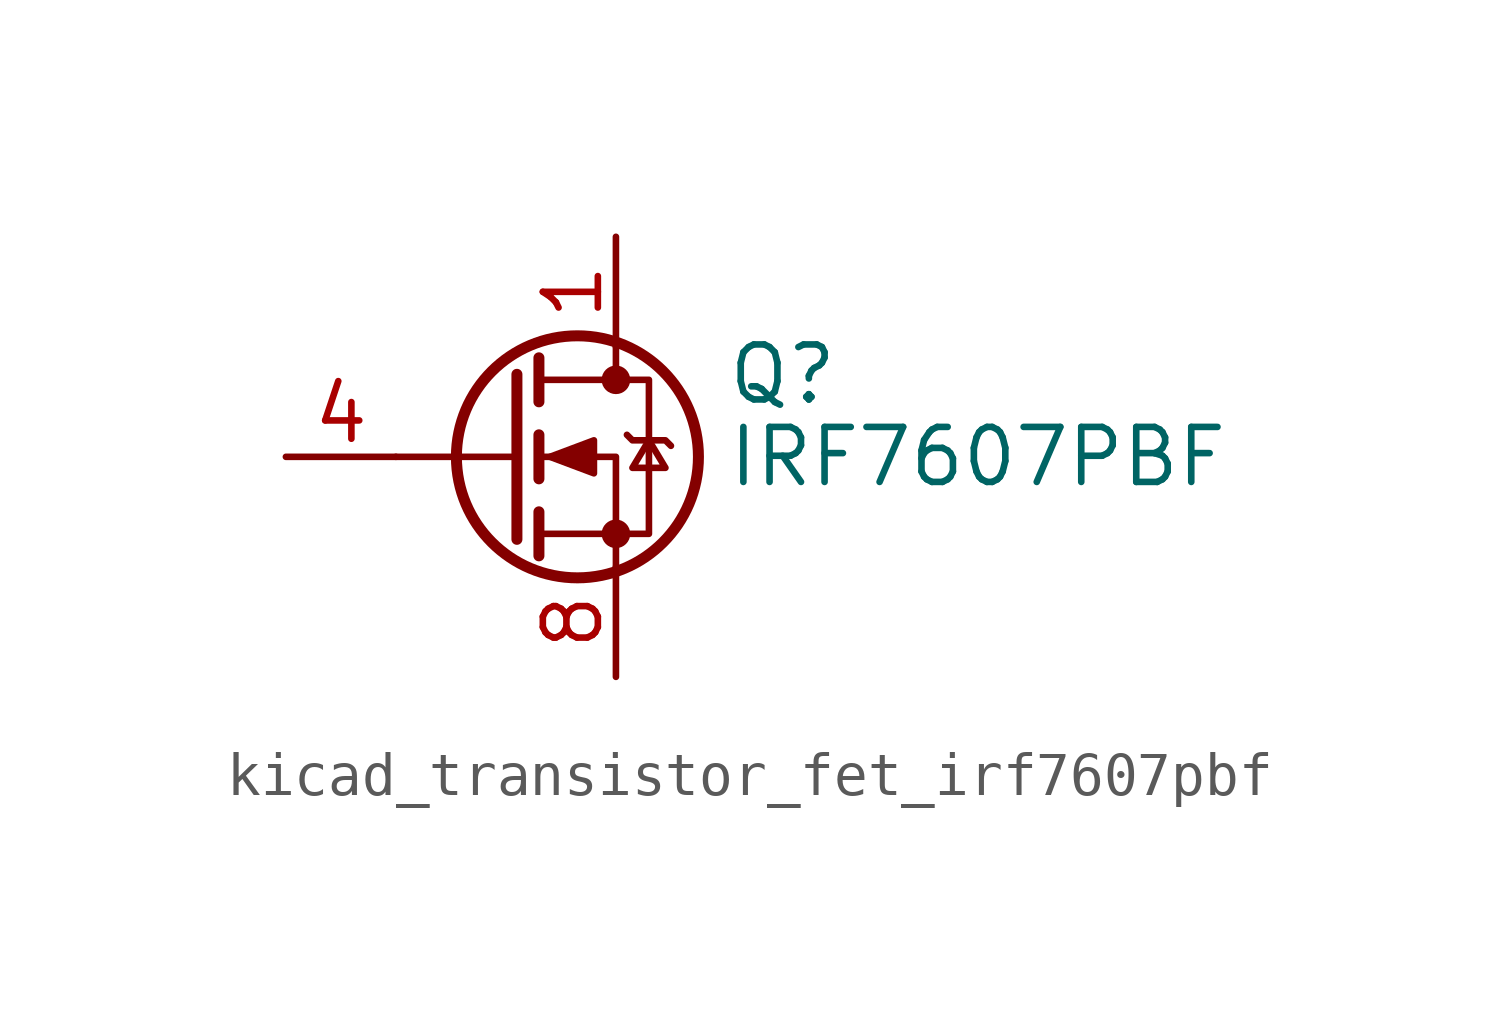
<source format=kicad_sym>
(kicad_symbol_lib
  (version 20220914)
  (generator kicad_symbol_editor)
  (symbol "kicad_transistor_fet_irf7607pbf"
    (pin_names hide)
    (property "Reference" "Q"
      (at 5.08 1.905 0)
      (effects (font (size 1.27 1.27)) (justify left)))
    (property "Value" "IRF7607PBF"
      (at 5.08 0 0)
      (effects (font (size 1.27 1.27)) (justify left)))
    (symbol "kicad_transistor_fet_irf7607pbf_0_1"
      (polyline (pts (xy 0.254 0) (xy -2.54 0)) (stroke (width 0) (type default)) (fill (type none)))
      (polyline (pts (xy 0.254 1.905) (xy 0.254 -1.905)) (stroke (width 0.254) (type default)) (fill (type none)))
      (polyline (pts (xy 0.762 -1.27) (xy 0.762 -2.286)) (stroke (width 0.254) (type default)) (fill (type none)))
      (polyline (pts (xy 0.762 0.508) (xy 0.762 -0.508)) (stroke (width 0.254) (type default)) (fill (type none)))
      (polyline (pts (xy 0.762 2.286) (xy 0.762 1.27)) (stroke (width 0.254) (type default)) (fill (type none)))
      (polyline (pts (xy 2.54 2.54) (xy 2.54 1.778)) (stroke (width 0) (type default)) (fill (type none)))
      (polyline (pts (xy 2.54 -2.54) (xy 2.54 0) (xy 0.762 0)) (stroke (width 0) (type default)) (fill (type none)))
      (polyline (pts (xy 0.762 -1.778) (xy 3.302 -1.778) (xy 3.302 1.778) (xy 0.762 1.778)) (stroke (width 0) (type default)) (fill (type none)))
      (polyline (pts (xy 1.016 0) (xy 2.032 0.381) (xy 2.032 -0.381) (xy 1.016 0)) (stroke (width 0) (type default)) (fill (type outline)))
      (polyline (pts (xy 2.794 0.508) (xy 2.921 0.381) (xy 3.683 0.381) (xy 3.81 0.254)) (stroke (width 0) (type default)) (fill (type none)))
      (polyline (pts (xy 3.302 0.381) (xy 2.921 -0.254) (xy 3.683 -0.254) (xy 3.302 0.381)) (stroke (width 0) (type default)) (fill (type none)))
      (circle (center 1.651 0) (radius 2.794) (stroke (width 0.254) (type default)) (fill (type none)))
      (circle (center 2.54 -1.778) (radius 0.254) (stroke (width 0) (type default)) (fill (type outline)))
      (circle (center 2.54 1.778) (radius 0.254) (stroke (width 0) (type default)) (fill (type outline))))
    (symbol "kicad_transistor_fet_irf7607pbf_1_1"
      (pin passive line (at 2.54 5.08 270) (length 2.54) (name "S" (effects (font (size 1.27 1.27)))) (number "1" (effects (font (size 1.27 1.27)))))
      (pin passive line (at 2.54 5.08 270) (length 2.54) hide (name "S" (effects (font (size 1.27 1.27)))) (number "2" (effects (font (size 1.27 1.27)))))
      (pin passive line (at 2.54 5.08 270) (length 2.54) hide (name "S" (effects (font (size 1.27 1.27)))) (number "3" (effects (font (size 1.27 1.27)))))
      (pin passive line (at -5.08 0 0) (length 2.54) (name "G" (effects (font (size 1.27 1.27)))) (number "4" (effects (font (size 1.27 1.27)))))
      (pin passive line (at 2.54 -5.08 90) (length 2.54) hide (name "D" (effects (font (size 1.27 1.27)))) (number "5" (effects (font (size 1.27 1.27)))))
      (pin passive line (at 2.54 -5.08 90) (length 2.54) hide (name "D" (effects (font (size 1.27 1.27)))) (number "6" (effects (font (size 1.27 1.27)))))
      (pin passive line (at 2.54 -5.08 90) (length 2.54) hide (name "D" (effects (font (size 1.27 1.27)))) (number "7" (effects (font (size 1.27 1.27)))))
      (pin passive line (at 2.54 -5.08 90) (length 2.54) (name "D" (effects (font (size 1.27 1.27)))) (number "8" (effects (font (size 1.27 1.27))))))))
</source>
